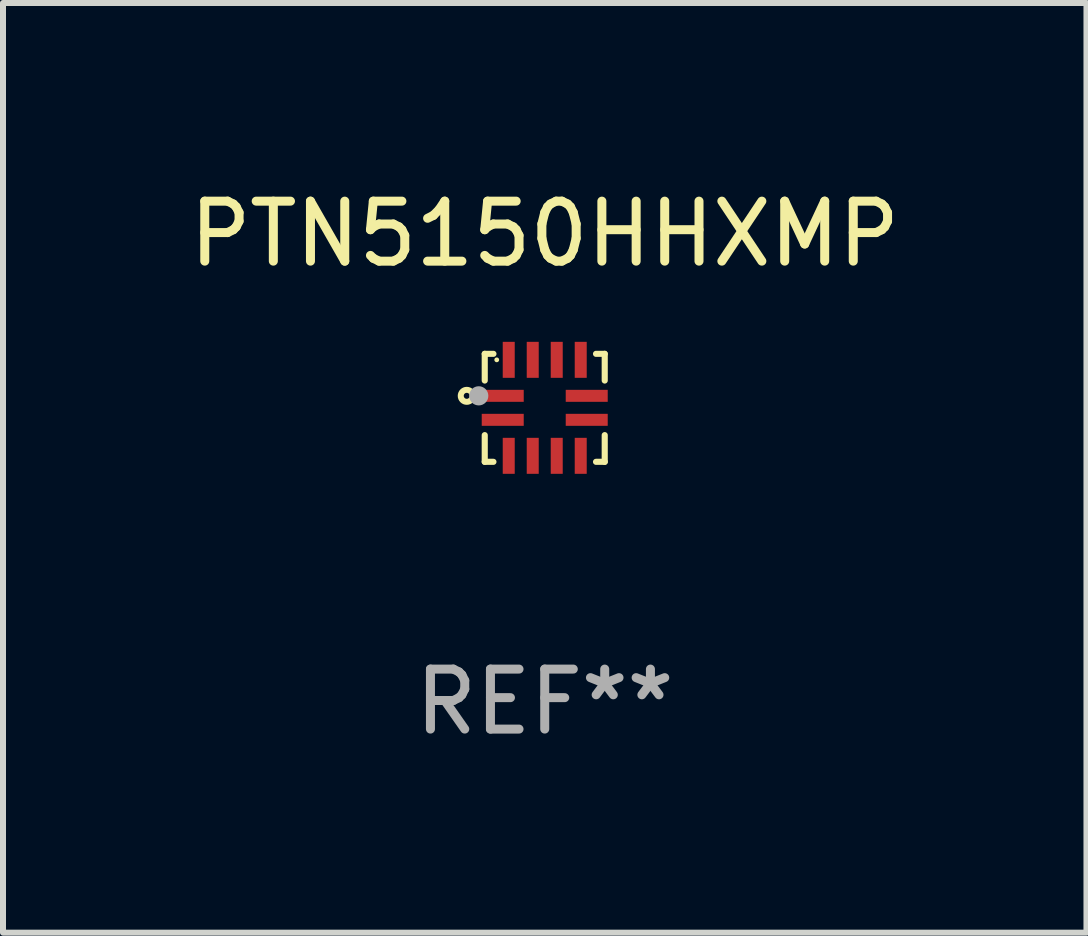
<source format=kicad_pcb>
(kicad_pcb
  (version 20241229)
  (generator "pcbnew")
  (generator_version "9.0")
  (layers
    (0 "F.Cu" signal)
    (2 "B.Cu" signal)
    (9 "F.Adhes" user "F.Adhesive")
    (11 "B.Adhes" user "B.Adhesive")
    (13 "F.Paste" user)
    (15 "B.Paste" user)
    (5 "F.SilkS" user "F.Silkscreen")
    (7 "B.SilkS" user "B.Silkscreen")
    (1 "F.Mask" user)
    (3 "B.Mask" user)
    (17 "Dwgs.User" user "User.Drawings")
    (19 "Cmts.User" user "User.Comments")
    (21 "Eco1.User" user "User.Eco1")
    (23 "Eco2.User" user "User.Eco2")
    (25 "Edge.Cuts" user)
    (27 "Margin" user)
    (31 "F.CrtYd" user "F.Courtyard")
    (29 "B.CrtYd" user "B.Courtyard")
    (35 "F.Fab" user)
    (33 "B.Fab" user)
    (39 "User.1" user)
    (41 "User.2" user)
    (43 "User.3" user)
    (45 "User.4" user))
  (footprint "PTN5150HHXMP"
    (layer "F.Cu")
    (at 6.03 3.748)
    (property "Reference" "PTN5150HHXMP" (at 0 -2.9 0) (layer "F.SilkS") (effects (font (size 1 1) (thickness 0.15))))
    (attr through_hole)
    (fp_line (start -1 -0.9) (end -0.855 -0.9) (stroke (width 0.102) (type solid)) (layer "F.SilkS"))
    (fp_line (start -1 -0.455) (end -1 -0.9) (stroke (width 0.102) (type solid)) (layer "F.SilkS"))
    (fp_line (start -1 0.9) (end -1 0.455) (stroke (width 0.102) (type solid)) (layer "F.SilkS"))
    (fp_line (start -0.855 0.9) (end -1 0.9) (stroke (width 0.102) (type solid)) (layer "F.SilkS"))
    (fp_line (start 0.855 -0.9) (end 1 -0.9) (stroke (width 0.102) (type solid)) (layer "F.SilkS"))
    (fp_line (start 1 -0.9) (end 1 -0.455) (stroke (width 0.102) (type solid)) (layer "F.SilkS"))
    (fp_line (start 1 0.455) (end 1 0.9) (stroke (width 0.102) (type solid)) (layer "F.SilkS"))
    (fp_line (start 1 0.9) (end 0.855 0.9) (stroke (width 0.102) (type solid)) (layer "F.SilkS"))
    (fp_circle (center -1.3 -0.2) (end -1.2 -0.2) (stroke (width 0.1) (type solid)) (fill no) (layer "F.SilkS"))
    (fp_circle (center -0.8 -0.8) (end -0.78 -0.8) (stroke (width 0.04) (type solid)) (fill no) (layer "F.SilkS"))
    (fp_circle (center -1.1 -0.2) (end -1.02 -0.2) (stroke (width 0.16) (type solid)) (fill no) (layer "F.Fab"))
    (fp_text user "REF**" (at 0 4.9 0) (layer "F.Fab") (effects (font (size 1 1) (thickness 0.15))))
    (pad "1" smd rect (at -0.7 -0.2 180) (size 0.7 0.2) (layers "F.Cu" "F.Mask" "F.Paste"))
    (pad "2" smd rect (at -0.7 0.2 180) (size 0.7 0.2) (layers "F.Cu" "F.Mask" "F.Paste"))
    (pad "3" smd rect (at -0.6 0.8) (size 0.2 0.6) (layers "F.Cu" "F.Mask" "F.Paste"))
    (pad "4" smd rect (at -0.2 0.8) (size 0.2 0.6) (layers "F.Cu" "F.Mask" "F.Paste"))
    (pad "5" smd rect (at 0.2 0.8) (size 0.2 0.6) (layers "F.Cu" "F.Mask" "F.Paste"))
    (pad "6" smd rect (at 0.6 0.8) (size 0.2 0.6) (layers "F.Cu" "F.Mask" "F.Paste"))
    (pad "7" smd rect (at 0.7 0.2 180) (size 0.7 0.2) (layers "F.Cu" "F.Mask" "F.Paste"))
    (pad "8" smd rect (at 0.7 -0.2) (size 0.7 0.2) (layers "F.Cu" "F.Mask" "F.Paste"))
    (pad "9" smd rect (at 0.6 -0.8) (size 0.2 0.6) (layers "F.Cu" "F.Mask" "F.Paste"))
    (pad "10" smd rect (at 0.2 -0.8) (size 0.2 0.6) (layers "F.Cu" "F.Mask" "F.Paste"))
    (pad "11" smd rect (at -0.2 -0.8) (size 0.2 0.6) (layers "F.Cu" "F.Mask" "F.Paste"))
    (pad "12" smd rect (at -0.6 -0.8) (size 0.2 0.6) (layers "F.Cu" "F.Mask" "F.Paste")))
  (gr_rect
    (start -3 -3)
    (end 15.06 12.496)
    (stroke (width 0.1) (type default))
    (fill no)
    (layer "Edge.Cuts")))
</source>
